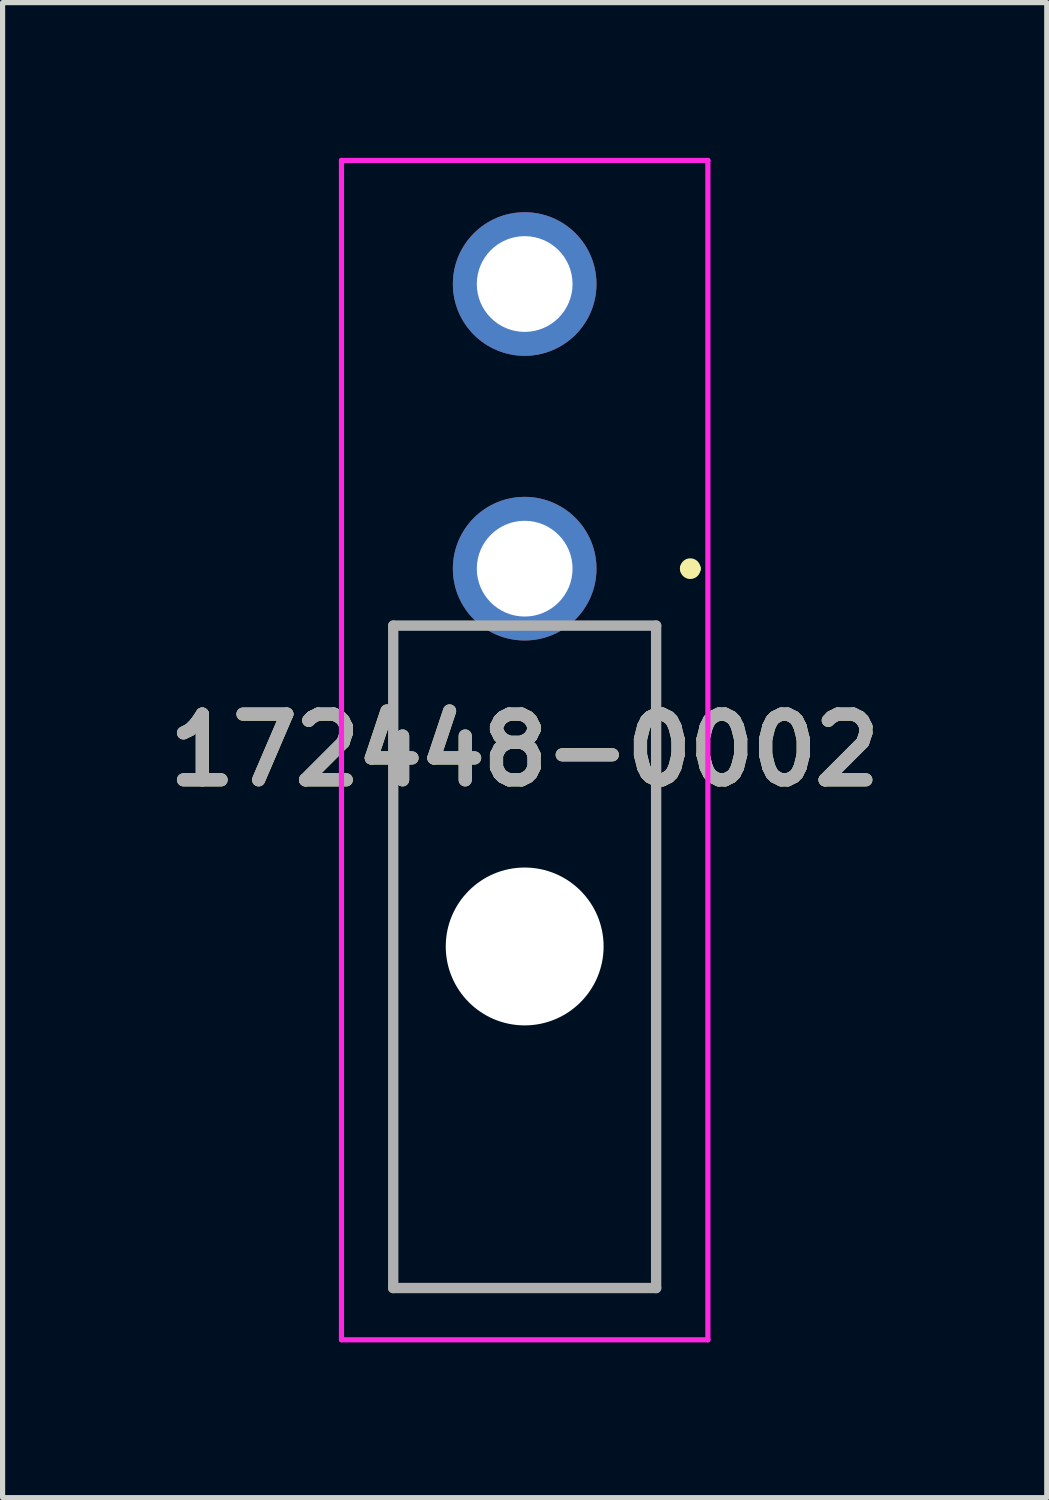
<source format=kicad_pcb>
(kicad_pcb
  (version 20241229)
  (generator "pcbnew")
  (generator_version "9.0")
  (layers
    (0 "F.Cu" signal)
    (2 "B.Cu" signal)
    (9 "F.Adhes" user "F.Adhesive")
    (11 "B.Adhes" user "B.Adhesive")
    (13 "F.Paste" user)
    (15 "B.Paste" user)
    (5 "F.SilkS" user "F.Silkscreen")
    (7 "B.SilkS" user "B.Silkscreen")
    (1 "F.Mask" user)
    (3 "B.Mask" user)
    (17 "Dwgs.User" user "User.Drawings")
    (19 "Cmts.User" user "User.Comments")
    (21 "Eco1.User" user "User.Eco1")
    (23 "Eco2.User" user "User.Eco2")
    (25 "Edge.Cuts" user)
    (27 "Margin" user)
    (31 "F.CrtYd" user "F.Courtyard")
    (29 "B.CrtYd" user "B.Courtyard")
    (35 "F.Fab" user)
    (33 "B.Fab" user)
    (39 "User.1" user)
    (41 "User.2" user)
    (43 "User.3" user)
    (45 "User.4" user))
  (footprint "172448-0002"
    (layer "F.Cu")
    (at 7.088 7.938)
    (property "Reference" "172448-0002" (at 0 3.506 0) (layer "F.SilkS") (effects (font (size 1.27 1.27) (thickness 0.254))))
    (attr through_hole)
    (fp_line (start -2.54 1.1) (end -2.54 13.9) (stroke (width 0.1) (type solid)) (layer "F.SilkS"))
    (fp_line (start -2.54 13.9) (end 2.5 13.9) (stroke (width 0.1) (type solid)) (layer "F.SilkS"))
    (fp_line (start -2 1.1) (end -2.54 1.1) (stroke (width 0.1) (type solid)) (layer "F.SilkS"))
    (fp_line (start 2.5 13.9) (end 2.54 13.9) (stroke (width 0.1) (type solid)) (layer "F.SilkS"))
    (fp_line (start 2.54 1.1) (end 2 1.1) (stroke (width 0.1) (type solid)) (layer "F.SilkS"))
    (fp_line (start 2.54 13.9) (end 2.54 1.1) (stroke (width 0.1) (type solid)) (layer "F.SilkS"))
    (fp_line (start 3.1 0) (end 3.1 0) (stroke (width 0.2) (type solid)) (layer "F.SilkS"))
    (fp_line (start 3.3 0) (end 3.3 0) (stroke (width 0.2) (type solid)) (layer "F.SilkS"))
    (fp_arc (start 3.1 0) (mid 3.2 -0.1) (end 3.3 0) (stroke (width 0.2) (type solid)) (layer "F.SilkS"))
    (fp_arc (start 3.3 0) (mid 3.2 0.1) (end 3.1 0) (stroke (width 0.2) (type solid)) (layer "F.SilkS"))
    (fp_line (start -3.54 -7.888) (end 3.54 -7.888) (stroke (width 0.1) (type solid)) (layer "F.CrtYd"))
    (fp_line (start -3.54 14.9) (end -3.54 -7.888) (stroke (width 0.1) (type solid)) (layer "F.CrtYd"))
    (fp_line (start 3.54 -7.888) (end 3.54 14.9) (stroke (width 0.1) (type solid)) (layer "F.CrtYd"))
    (fp_line (start 3.54 14.9) (end -3.54 14.9) (stroke (width 0.1) (type solid)) (layer "F.CrtYd"))
    (fp_line (start -2.54 1.1) (end 2.54 1.1) (stroke (width 0.2) (type solid)) (layer "F.Fab"))
    (fp_line (start -2.54 13.9) (end -2.54 1.1) (stroke (width 0.2) (type solid)) (layer "F.Fab"))
    (fp_line (start 2.54 1.1) (end 2.54 13.9) (stroke (width 0.2) (type solid)) (layer "F.Fab"))
    (fp_line (start 2.54 13.9) (end -2.54 13.9) (stroke (width 0.2) (type solid)) (layer "F.Fab"))
    (fp_text user "${REFERENCE}" (at 0 3.506 0) (layer "F.Fab") (effects (font (size 1.27 1.27) (thickness 0.254))))
    (pad "" np_thru_hole circle (at 0 7.3) (size 3.05 3.05) (drill 3.05) (layers "*.Cu" "*.Mask"))
    (pad "1" thru_hole circle (at 0 0) (size 2.775 2.775) (drill 1.85) (layers "*.Cu" "*.Mask"))
    (pad "2" thru_hole circle (at 0 -5.5) (size 2.775 2.775) (drill 1.85) (layers "*.Cu" "*.Mask")))
  (gr_rect
    (start -3 -3)
    (end 17.176 25.888)
    (stroke (width 0.1) (type default))
    (fill no)
    (layer "Edge.Cuts")))
</source>
